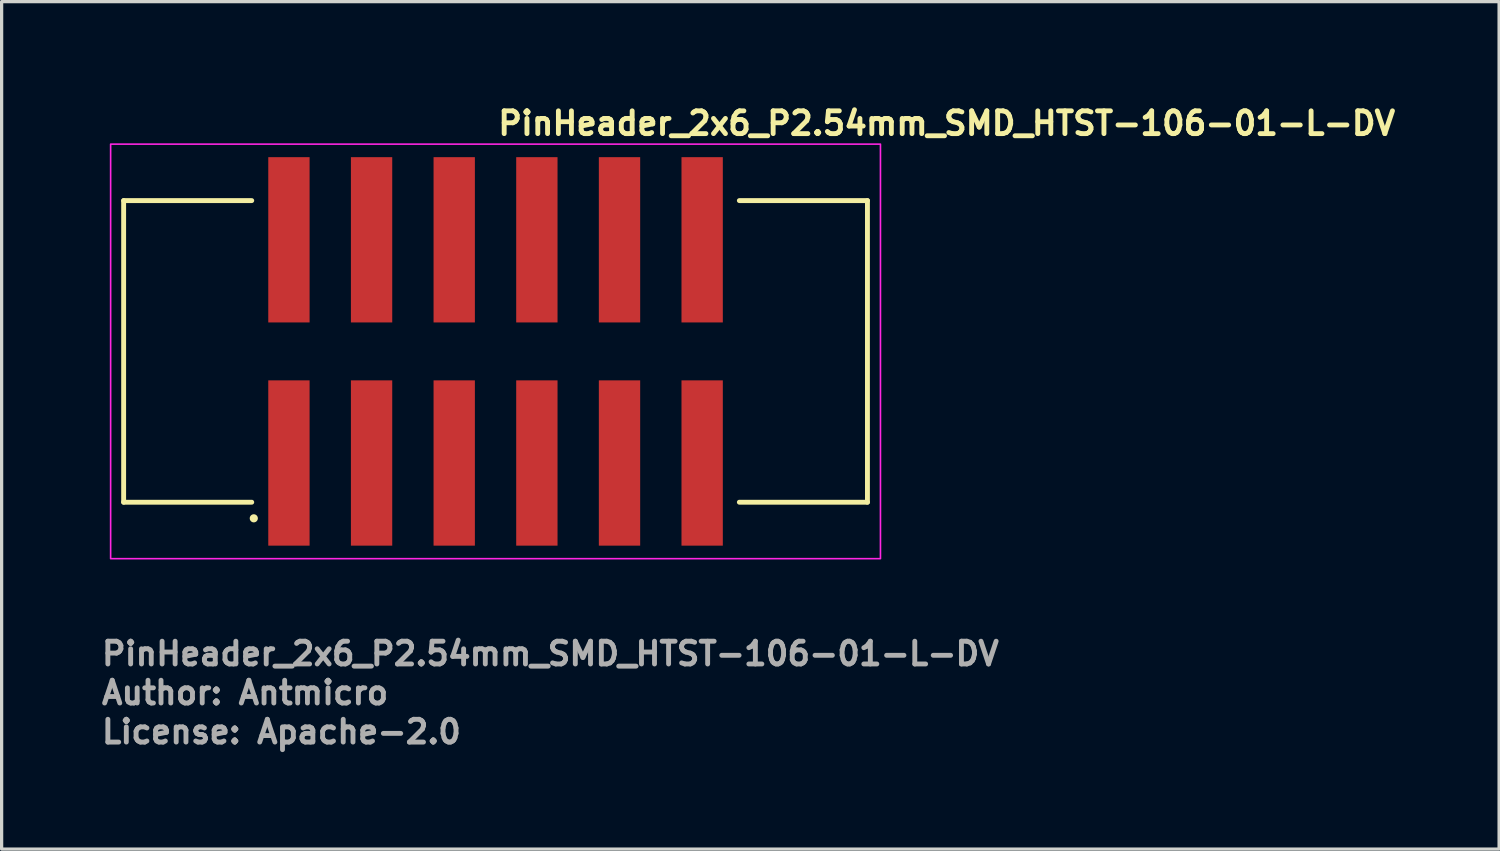
<source format=kicad_pcb>
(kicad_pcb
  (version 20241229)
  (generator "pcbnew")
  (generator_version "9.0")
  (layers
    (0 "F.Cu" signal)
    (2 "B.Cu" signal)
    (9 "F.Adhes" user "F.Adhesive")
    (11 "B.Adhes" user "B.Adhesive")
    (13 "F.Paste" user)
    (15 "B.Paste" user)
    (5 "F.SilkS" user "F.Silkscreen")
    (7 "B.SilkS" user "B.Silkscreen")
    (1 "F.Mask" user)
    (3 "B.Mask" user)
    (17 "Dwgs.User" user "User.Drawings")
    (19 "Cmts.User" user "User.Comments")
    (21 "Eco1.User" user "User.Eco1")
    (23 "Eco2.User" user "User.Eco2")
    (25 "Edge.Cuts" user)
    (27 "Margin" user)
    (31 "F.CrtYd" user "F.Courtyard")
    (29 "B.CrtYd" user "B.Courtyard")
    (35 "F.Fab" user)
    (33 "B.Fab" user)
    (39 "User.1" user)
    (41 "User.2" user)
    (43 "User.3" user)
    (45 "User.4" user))
  (footprint "PinHeader_2x6_P2.54mm_SMD_HTST-106-01-L-DV"
    (layer "F.Cu")
    (at 12.18 7.75)
    (property "Reference" "PinHeader_2x6_P2.54mm_SMD_HTST-106-01-L-DV" (at 0 -6.6 0) (unlocked yes) (layer "F.SilkS") (effects (font (size 0.7 0.7) (thickness 0.15)) (justify left bottom)))
    (attr smd)
    (fp_line (start -11.43 4.635) (end -11.43 -4.635) (stroke (width 0.15) (type solid)) (layer "F.SilkS"))
    (fp_line (start -7.493 -4.635) (end -11.43 -4.635) (stroke (width 0.15) (type solid)) (layer "F.SilkS"))
    (fp_line (start -7.493 4.635) (end -11.43 4.635) (stroke (width 0.15) (type solid)) (layer "F.SilkS"))
    (fp_line (start 11.43 -4.635) (end 7.493 -4.635) (stroke (width 0.15) (type solid)) (layer "F.SilkS"))
    (fp_line (start 11.43 4.635) (end 7.493 4.635) (stroke (width 0.15) (type solid)) (layer "F.SilkS"))
    (fp_line (start 11.43 4.635) (end 11.43 -4.635) (stroke (width 0.15) (type solid)) (layer "F.SilkS"))
    (fp_circle (center -7.43 5.13) (end -7.38 5.13) (stroke (width 0.15) (type solid)) (fill yes) (layer "F.SilkS"))
    (fp_rect (start -11.83 -6.37) (end 11.83 6.37) (stroke (width 0.05) (type solid)) (fill no) (layer "F.CrtYd"))
    (fp_rect (start -11.43 -5.588) (end 11.43 5.588) (stroke (width 0.1) (type solid)) (fill no) (layer "User.5"))
    (fp_line (start -11.43 -4.826) (end -11.43 4.445) (stroke (width 0.02) (type solid)) (layer "User.9"))
    (fp_line (start -10.605 -3.62) (end -10.605 3.62) (stroke (width 0.02) (type solid)) (layer "User.9"))
    (fp_line (start -10.605 -3.62) (end -10.16 -3.175) (stroke (width 0.02) (type solid)) (layer "User.9"))
    (fp_line (start -10.605 3.62) (end -10.16 3.175) (stroke (width 0.02) (type solid)) (layer "User.9"))
    (fp_line (start -10.605 3.62) (end -2.54 3.62) (stroke (width 0.02) (type solid)) (layer "User.9"))
    (fp_line (start -10.16 -4.826) (end -11.43 -4.826) (stroke (width 0.02) (type solid)) (layer "User.9"))
    (fp_line (start -10.16 -4.445) (end -10.16 -4.826) (stroke (width 0.02) (type solid)) (layer "User.9"))
    (fp_line (start -10.16 -3.175) (end -10.16 3.175) (stroke (width 0.02) (type solid)) (layer "User.9"))
    (fp_line (start -10.16 3.175) (end -2.54 3.175) (stroke (width 0.02) (type solid)) (layer "User.9"))
    (fp_line (start -6.985 4.191) (end -6.985 4.445) (stroke (width 0.02) (type solid)) (layer "User.9"))
    (fp_line (start -6.985 4.191) (end -6.985 4.445) (stroke (width 0.02) (type solid)) (layer "User.9"))
    (fp_line (start -6.985 4.445) (end -11.43 4.445) (stroke (width 0.02) (type solid)) (layer "User.9"))
    (fp_line (start -6.96 4.445) (end -6.985 4.445) (stroke (width 0.02) (type solid)) (layer "User.9"))
    (fp_line (start -6.96 4.445) (end -6.96 4.216) (stroke (width 0.02) (type solid)) (layer "User.9"))
    (fp_line (start -6.668 -5.588) (end -6.668 -5.429) (stroke (width 0.02) (type solid)) (layer "User.9"))
    (fp_line (start -6.668 -5.429) (end -6.668 -4.445) (stroke (width 0.02) (type solid)) (layer "User.9"))
    (fp_line (start -6.668 -1.587) (end -6.668 -1.429) (stroke (width 0.02) (type solid)) (layer "User.9"))
    (fp_line (start -6.668 -1.429) (end -6.668 -1.111) (stroke (width 0.02) (type solid)) (layer "User.9"))
    (fp_line (start -6.668 -1.111) (end -6.668 -0.952) (stroke (width 0.02) (type solid)) (layer "User.9"))
    (fp_line (start -6.668 0.952) (end -6.668 1.111) (stroke (width 0.02) (type solid)) (layer "User.9"))
    (fp_line (start -6.668 1.111) (end -6.668 1.429) (stroke (width 0.02) (type solid)) (layer "User.9"))
    (fp_line (start -6.668 1.429) (end -6.668 1.587) (stroke (width 0.02) (type solid)) (layer "User.9"))
    (fp_line (start -6.668 4.445) (end -6.668 5.429) (stroke (width 0.02) (type solid)) (layer "User.9"))
    (fp_line (start -6.668 5.429) (end -6.668 5.588) (stroke (width 0.02) (type solid)) (layer "User.9"))
    (fp_line (start -6.35 4.445) (end -6.96 4.445) (stroke (width 0.02) (type solid)) (layer "User.9"))
    (fp_line (start -6.35 4.445) (end -6.35 4.216) (stroke (width 0.02) (type solid)) (layer "User.9"))
    (fp_line (start -6.032 -5.588) (end -6.668 -5.588) (stroke (width 0.02) (type solid)) (layer "User.9"))
    (fp_line (start -6.032 -5.588) (end -6.032 -5.429) (stroke (width 0.02) (type solid)) (layer "User.9"))
    (fp_line (start -6.032 -5.429) (end -6.668 -5.429) (stroke (width 0.02) (type solid)) (layer "User.9"))
    (fp_line (start -6.032 -5.429) (end -6.032 -4.445) (stroke (width 0.02) (type solid)) (layer "User.9"))
    (fp_line (start -6.032 -1.587) (end -6.668 -1.587) (stroke (width 0.02) (type solid)) (layer "User.9"))
    (fp_line (start -6.032 -1.587) (end -6.032 -1.429) (stroke (width 0.02) (type solid)) (layer "User.9"))
    (fp_line (start -6.032 -1.429) (end -6.668 -1.429) (stroke (width 0.02) (type solid)) (layer "User.9"))
    (fp_line (start -6.032 -1.429) (end -6.032 -1.111) (stroke (width 0.02) (type solid)) (layer "User.9"))
    (fp_line (start -6.032 -1.111) (end -6.668 -1.111) (stroke (width 0.02) (type solid)) (layer "User.9"))
    (fp_line (start -6.032 -1.111) (end -6.032 -0.952) (stroke (width 0.02) (type solid)) (layer "User.9"))
    (fp_line (start -6.032 -0.952) (end -6.668 -0.952) (stroke (width 0.02) (type solid)) (layer "User.9"))
    (fp_line (start -6.032 0.952) (end -6.668 0.952) (stroke (width 0.02) (type solid)) (layer "User.9"))
    (fp_line (start -6.032 0.952) (end -6.032 1.111) (stroke (width 0.02) (type solid)) (layer "User.9"))
    (fp_line (start -6.032 1.111) (end -6.668 1.111) (stroke (width 0.02) (type solid)) (layer "User.9"))
    (fp_line (start -6.032 1.111) (end -6.032 1.429) (stroke (width 0.02) (type solid)) (layer "User.9"))
    (fp_line (start -6.032 1.429) (end -6.668 1.429) (stroke (width 0.02) (type solid)) (layer "User.9"))
    (fp_line (start -6.032 1.429) (end -6.032 1.587) (stroke (width 0.02) (type solid)) (layer "User.9"))
    (fp_line (start -6.032 1.587) (end -6.668 1.587) (stroke (width 0.02) (type solid)) (layer "User.9"))
    (fp_line (start -6.032 4.445) (end -6.032 5.429) (stroke (width 0.02) (type solid)) (layer "User.9"))
    (fp_line (start -6.032 5.429) (end -6.668 5.429) (stroke (width 0.02) (type solid)) (layer "User.9"))
    (fp_line (start -6.032 5.429) (end -6.032 5.588) (stroke (width 0.02) (type solid)) (layer "User.9"))
    (fp_line (start -6.032 5.588) (end -6.668 5.588) (stroke (width 0.02) (type solid)) (layer "User.9"))
    (fp_line (start -5.74 4.216) (end -6.96 4.216) (stroke (width 0.02) (type solid)) (layer "User.9"))
    (fp_line (start -5.74 4.445) (end -6.35 4.445) (stroke (width 0.02) (type solid)) (layer "User.9"))
    (fp_line (start -5.74 4.445) (end -5.74 4.216) (stroke (width 0.02) (type solid)) (layer "User.9"))
    (fp_line (start -5.715 4.191) (end -6.985 4.191) (stroke (width 0.02) (type solid)) (layer "User.9"))
    (fp_line (start -5.715 4.191) (end -6.985 4.191) (stroke (width 0.02) (type solid)) (layer "User.9"))
    (fp_line (start -5.715 4.191) (end -5.715 4.445) (stroke (width 0.02) (type solid)) (layer "User.9"))
    (fp_line (start -5.715 4.191) (end -5.715 4.445) (stroke (width 0.02) (type solid)) (layer "User.9"))
    (fp_line (start -5.715 4.445) (end -5.74 4.445) (stroke (width 0.02) (type solid)) (layer "User.9"))
    (fp_line (start -4.128 -5.429) (end -4.128 -5.588) (stroke (width 0.02) (type solid)) (layer "User.9"))
    (fp_line (start -4.128 -4.445) (end -4.128 -5.429) (stroke (width 0.02) (type solid)) (layer "User.9"))
    (fp_line (start -4.128 -1.429) (end -4.128 -1.587) (stroke (width 0.02) (type solid)) (layer "User.9"))
    (fp_line (start -4.128 -1.111) (end -4.128 -1.429) (stroke (width 0.02) (type solid)) (layer "User.9"))
    (fp_line (start -4.128 -0.952) (end -4.128 -1.111) (stroke (width 0.02) (type solid)) (layer "User.9"))
    (fp_line (start -4.128 1.111) (end -4.128 0.952) (stroke (width 0.02) (type solid)) (layer "User.9"))
    (fp_line (start -4.128 1.429) (end -4.128 1.111) (stroke (width 0.02) (type solid)) (layer "User.9"))
    (fp_line (start -4.128 1.587) (end -4.128 1.429) (stroke (width 0.02) (type solid)) (layer "User.9"))
    (fp_line (start -4.128 5.429) (end -4.128 4.445) (stroke (width 0.02) (type solid)) (layer "User.9"))
    (fp_line (start -4.128 5.588) (end -4.128 5.429) (stroke (width 0.02) (type solid)) (layer "User.9"))
    (fp_line (start -3.492 -5.588) (end -4.128 -5.588) (stroke (width 0.02) (type solid)) (layer "User.9"))
    (fp_line (start -3.492 -5.588) (end -3.492 -5.429) (stroke (width 0.02) (type solid)) (layer "User.9"))
    (fp_line (start -3.492 -5.429) (end -4.128 -5.429) (stroke (width 0.02) (type solid)) (layer "User.9"))
    (fp_line (start -3.492 -5.429) (end -3.492 -4.445) (stroke (width 0.02) (type solid)) (layer "User.9"))
    (fp_line (start -3.492 -1.587) (end -4.128 -1.587) (stroke (width 0.02) (type solid)) (layer "User.9"))
    (fp_line (start -3.492 -1.587) (end -3.492 -1.429) (stroke (width 0.02) (type solid)) (layer "User.9"))
    (fp_line (start -3.492 -1.429) (end -4.128 -1.429) (stroke (width 0.02) (type solid)) (layer "User.9"))
    (fp_line (start -3.492 -1.429) (end -3.492 -1.111) (stroke (width 0.02) (type solid)) (layer "User.9"))
    (fp_line (start -3.492 -1.111) (end -4.128 -1.111) (stroke (width 0.02) (type solid)) (layer "User.9"))
    (fp_line (start -3.492 -1.111) (end -3.492 -0.952) (stroke (width 0.02) (type solid)) (layer "User.9"))
    (fp_line (start -3.492 -0.952) (end -4.128 -0.952) (stroke (width 0.02) (type solid)) (layer "User.9"))
    (fp_line (start -3.492 0.952) (end -4.128 0.952) (stroke (width 0.02) (type solid)) (layer "User.9"))
    (fp_line (start -3.492 0.952) (end -3.492 1.111) (stroke (width 0.02) (type solid)) (layer "User.9"))
    (fp_line (start -3.492 1.111) (end -4.128 1.111) (stroke (width 0.02) (type solid)) (layer "User.9"))
    (fp_line (start -3.492 1.111) (end -3.492 1.429) (stroke (width 0.02) (type solid)) (layer "User.9"))
    (fp_line (start -3.492 1.429) (end -4.128 1.429) (stroke (width 0.02) (type solid)) (layer "User.9"))
    (fp_line (start -3.492 1.429) (end -3.492 1.587) (stroke (width 0.02) (type solid)) (layer "User.9"))
    (fp_line (start -3.492 1.587) (end -4.128 1.587) (stroke (width 0.02) (type solid)) (layer "User.9"))
    (fp_line (start -3.492 4.445) (end -3.492 5.429) (stroke (width 0.02) (type solid)) (layer "User.9"))
    (fp_line (start -3.492 5.429) (end -4.128 5.429) (stroke (width 0.02) (type solid)) (layer "User.9"))
    (fp_line (start -3.492 5.429) (end -3.492 5.588) (stroke (width 0.02) (type solid)) (layer "User.9"))
    (fp_line (start -3.492 5.588) (end -4.128 5.588) (stroke (width 0.02) (type solid)) (layer "User.9"))
    (fp_line (start -2.54 3.175) (end -2.54 3.62) (stroke (width 0.02) (type solid)) (layer "User.9"))
    (fp_line (start -2.54 3.175) (end 2.54 3.175) (stroke (width 0.02) (type solid)) (layer "User.9"))
    (fp_line (start -2.54 4.445) (end -5.715 4.445) (stroke (width 0.02) (type solid)) (layer "User.9"))
    (fp_line (start -2.54 4.445) (end -2.54 3.62) (stroke (width 0.02) (type solid)) (layer "User.9"))
    (fp_line (start -2.54 4.445) (end 2.54 4.445) (stroke (width 0.02) (type solid)) (layer "User.9"))
    (fp_line (start -1.587 -5.429) (end -1.587 -5.588) (stroke (width 0.02) (type solid)) (layer "User.9"))
    (fp_line (start -1.587 -4.445) (end -1.587 -5.429) (stroke (width 0.02) (type solid)) (layer "User.9"))
    (fp_line (start -1.587 -1.429) (end -1.587 -1.587) (stroke (width 0.02) (type solid)) (layer "User.9"))
    (fp_line (start -1.587 -1.111) (end -1.587 -1.429) (stroke (width 0.02) (type solid)) (layer "User.9"))
    (fp_line (start -1.587 -0.952) (end -1.587 -1.111) (stroke (width 0.02) (type solid)) (layer "User.9"))
    (fp_line (start -1.587 1.111) (end -1.587 0.952) (stroke (width 0.02) (type solid)) (layer "User.9"))
    (fp_line (start -1.587 1.429) (end -1.587 1.111) (stroke (width 0.02) (type solid)) (layer "User.9"))
    (fp_line (start -1.587 1.587) (end -1.587 1.429) (stroke (width 0.02) (type solid)) (layer "User.9"))
    (fp_line (start -1.587 5.429) (end -1.587 4.445) (stroke (width 0.02) (type solid)) (layer "User.9"))
    (fp_line (start -1.587 5.588) (end -1.587 5.429) (stroke (width 0.02) (type solid)) (layer "User.9"))
    (fp_line (start -1.27 -4.826) (end -1.27 -4.445) (stroke (width 0.02) (type solid)) (layer "User.9"))
    (fp_line (start -1.27 -4.445) (end -10.16 -4.445) (stroke (width 0.02) (type solid)) (layer "User.9"))
    (fp_line (start -0.952 -5.588) (end -1.587 -5.588) (stroke (width 0.02) (type solid)) (layer "User.9"))
    (fp_line (start -0.952 -5.588) (end -0.952 -5.429) (stroke (width 0.02) (type solid)) (layer "User.9"))
    (fp_line (start -0.952 -5.429) (end -1.587 -5.429) (stroke (width 0.02) (type solid)) (layer "User.9"))
    (fp_line (start -0.952 -5.429) (end -0.952 -4.826) (stroke (width 0.02) (type solid)) (layer "User.9"))
    (fp_line (start -0.952 -1.587) (end -1.587 -1.587) (stroke (width 0.02) (type solid)) (layer "User.9"))
    (fp_line (start -0.952 -1.587) (end -0.952 -1.429) (stroke (width 0.02) (type solid)) (layer "User.9"))
    (fp_line (start -0.952 -1.429) (end -1.587 -1.429) (stroke (width 0.02) (type solid)) (layer "User.9"))
    (fp_line (start -0.952 -1.429) (end -0.952 -1.111) (stroke (width 0.02) (type solid)) (layer "User.9"))
    (fp_line (start -0.952 -1.111) (end -1.587 -1.111) (stroke (width 0.02) (type solid)) (layer "User.9"))
    (fp_line (start -0.952 -1.111) (end -0.952 -0.952) (stroke (width 0.02) (type solid)) (layer "User.9"))
    (fp_line (start -0.952 -0.952) (end -1.587 -0.952) (stroke (width 0.02) (type solid)) (layer "User.9"))
    (fp_line (start -0.952 0.952) (end -1.587 0.952) (stroke (width 0.02) (type solid)) (layer "User.9"))
    (fp_line (start -0.952 0.952) (end -0.952 1.111) (stroke (width 0.02) (type solid)) (layer "User.9"))
    (fp_line (start -0.952 1.111) (end -1.587 1.111) (stroke (width 0.02) (type solid)) (layer "User.9"))
    (fp_line (start -0.952 1.111) (end -0.952 1.429) (stroke (width 0.02) (type solid)) (layer "User.9"))
    (fp_line (start -0.952 1.429) (end -1.587 1.429) (stroke (width 0.02) (type solid)) (layer "User.9"))
    (fp_line (start -0.952 1.429) (end -0.952 1.587) (stroke (width 0.02) (type solid)) (layer "User.9"))
    (fp_line (start -0.952 1.587) (end -1.587 1.587) (stroke (width 0.02) (type solid)) (layer "User.9"))
    (fp_line (start -0.952 4.445) (end -0.952 5.429) (stroke (width 0.02) (type solid)) (layer "User.9"))
    (fp_line (start -0.952 5.429) (end -1.587 5.429) (stroke (width 0.02) (type solid)) (layer "User.9"))
    (fp_line (start -0.952 5.429) (end -0.952 5.588) (stroke (width 0.02) (type solid)) (layer "User.9"))
    (fp_line (start -0.952 5.588) (end -1.587 5.588) (stroke (width 0.02) (type solid)) (layer "User.9"))
    (fp_line (start 0.952 -5.429) (end 0.952 -5.588) (stroke (width 0.02) (type solid)) (layer "User.9"))
    (fp_line (start 0.952 -4.826) (end 0.952 -5.429) (stroke (width 0.02) (type solid)) (layer "User.9"))
    (fp_line (start 0.952 -1.429) (end 0.952 -1.587) (stroke (width 0.02) (type solid)) (layer "User.9"))
    (fp_line (start 0.952 -1.111) (end 0.952 -1.429) (stroke (width 0.02) (type solid)) (layer "User.9"))
    (fp_line (start 0.952 -0.952) (end 0.952 -1.111) (stroke (width 0.02) (type solid)) (layer "User.9"))
    (fp_line (start 0.952 1.111) (end 0.952 0.952) (stroke (width 0.02) (type solid)) (layer "User.9"))
    (fp_line (start 0.952 1.429) (end 0.952 1.111) (stroke (width 0.02) (type solid)) (layer "User.9"))
    (fp_line (start 0.952 1.587) (end 0.952 1.429) (stroke (width 0.02) (type solid)) (layer "User.9"))
    (fp_line (start 0.952 5.429) (end 0.952 4.445) (stroke (width 0.02) (type solid)) (layer "User.9"))
    (fp_line (start 0.952 5.588) (end 0.952 5.429) (stroke (width 0.02) (type solid)) (layer "User.9"))
    (fp_line (start 1.27 -4.826) (end -1.27 -4.826) (stroke (width 0.02) (type solid)) (layer "User.9"))
    (fp_line (start 1.27 -4.445) (end 1.27 -4.826) (stroke (width 0.02) (type solid)) (layer "User.9"))
    (fp_line (start 1.587 -5.588) (end 0.952 -5.588) (stroke (width 0.02) (type solid)) (layer "User.9"))
    (fp_line (start 1.587 -5.588) (end 1.587 -5.429) (stroke (width 0.02) (type solid)) (layer "User.9"))
    (fp_line (start 1.587 -5.429) (end 0.952 -5.429) (stroke (width 0.02) (type solid)) (layer "User.9"))
    (fp_line (start 1.587 -5.429) (end 1.587 -4.445) (stroke (width 0.02) (type solid)) (layer "User.9"))
    (fp_line (start 1.587 -1.587) (end 0.952 -1.587) (stroke (width 0.02) (type solid)) (layer "User.9"))
    (fp_line (start 1.587 -1.587) (end 1.587 -1.429) (stroke (width 0.02) (type solid)) (layer "User.9"))
    (fp_line (start 1.587 -1.429) (end 0.952 -1.429) (stroke (width 0.02) (type solid)) (layer "User.9"))
    (fp_line (start 1.587 -1.429) (end 1.587 -1.111) (stroke (width 0.02) (type solid)) (layer "User.9"))
    (fp_line (start 1.587 -1.111) (end 0.952 -1.111) (stroke (width 0.02) (type solid)) (layer "User.9"))
    (fp_line (start 1.587 -1.111) (end 1.587 -0.952) (stroke (width 0.02) (type solid)) (layer "User.9"))
    (fp_line (start 1.587 -0.952) (end 0.952 -0.952) (stroke (width 0.02) (type solid)) (layer "User.9"))
    (fp_line (start 1.587 0.952) (end 0.952 0.952) (stroke (width 0.02) (type solid)) (layer "User.9"))
    (fp_line (start 1.587 0.952) (end 1.587 1.111) (stroke (width 0.02) (type solid)) (layer "User.9"))
    (fp_line (start 1.587 1.111) (end 0.952 1.111) (stroke (width 0.02) (type solid)) (layer "User.9"))
    (fp_line (start 1.587 1.111) (end 1.587 1.429) (stroke (width 0.02) (type solid)) (layer "User.9"))
    (fp_line (start 1.587 1.429) (end 0.952 1.429) (stroke (width 0.02) (type solid)) (layer "User.9"))
    (fp_line (start 1.587 1.429) (end 1.587 1.587) (stroke (width 0.02) (type solid)) (layer "User.9"))
    (fp_line (start 1.587 1.587) (end 0.952 1.587) (stroke (width 0.02) (type solid)) (layer "User.9"))
    (fp_line (start 1.587 4.445) (end 1.587 5.429) (stroke (width 0.02) (type solid)) (layer "User.9"))
    (fp_line (start 1.587 5.429) (end 0.952 5.429) (stroke (width 0.02) (type solid)) (layer "User.9"))
    (fp_line (start 1.587 5.429) (end 1.587 5.588) (stroke (width 0.02) (type solid)) (layer "User.9"))
    (fp_line (start 1.587 5.588) (end 0.952 5.588) (stroke (width 0.02) (type solid)) (layer "User.9"))
    (fp_line (start 2.54 3.175) (end 10.16 3.175) (stroke (width 0.02) (type solid)) (layer "User.9"))
    (fp_line (start 2.54 3.62) (end 2.54 3.175) (stroke (width 0.02) (type solid)) (layer "User.9"))
    (fp_line (start 2.54 3.62) (end 2.54 4.445) (stroke (width 0.02) (type solid)) (layer "User.9"))
    (fp_line (start 2.54 3.62) (end 10.605 3.62) (stroke (width 0.02) (type solid)) (layer "User.9"))
    (fp_line (start 3.492 -5.429) (end 3.492 -5.588) (stroke (width 0.02) (type solid)) (layer "User.9"))
    (fp_line (start 3.492 -4.445) (end 3.492 -5.429) (stroke (width 0.02) (type solid)) (layer "User.9"))
    (fp_line (start 3.492 -1.429) (end 3.492 -1.587) (stroke (width 0.02) (type solid)) (layer "User.9"))
    (fp_line (start 3.492 -1.111) (end 3.492 -1.429) (stroke (width 0.02) (type solid)) (layer "User.9"))
    (fp_line (start 3.492 -0.952) (end 3.492 -1.111) (stroke (width 0.02) (type solid)) (layer "User.9"))
    (fp_line (start 3.492 1.111) (end 3.492 0.952) (stroke (width 0.02) (type solid)) (layer "User.9"))
    (fp_line (start 3.492 1.429) (end 3.492 1.111) (stroke (width 0.02) (type solid)) (layer "User.9"))
    (fp_line (start 3.492 1.587) (end 3.492 1.429) (stroke (width 0.02) (type solid)) (layer "User.9"))
    (fp_line (start 3.492 5.429) (end 3.492 4.445) (stroke (width 0.02) (type solid)) (layer "User.9"))
    (fp_line (start 3.492 5.588) (end 3.492 5.429) (stroke (width 0.02) (type solid)) (layer "User.9"))
    (fp_line (start 4.128 -5.588) (end 3.492 -5.588) (stroke (width 0.02) (type solid)) (layer "User.9"))
    (fp_line (start 4.128 -5.588) (end 4.128 -5.429) (stroke (width 0.02) (type solid)) (layer "User.9"))
    (fp_line (start 4.128 -5.429) (end 3.492 -5.429) (stroke (width 0.02) (type solid)) (layer "User.9"))
    (fp_line (start 4.128 -5.429) (end 4.128 -4.445) (stroke (width 0.02) (type solid)) (layer "User.9"))
    (fp_line (start 4.128 -1.587) (end 3.492 -1.587) (stroke (width 0.02) (type solid)) (layer "User.9"))
    (fp_line (start 4.128 -1.587) (end 4.128 -1.429) (stroke (width 0.02) (type solid)) (layer "User.9"))
    (fp_line (start 4.128 -1.429) (end 3.492 -1.429) (stroke (width 0.02) (type solid)) (layer "User.9"))
    (fp_line (start 4.128 -1.429) (end 4.128 -1.111) (stroke (width 0.02) (type solid)) (layer "User.9"))
    (fp_line (start 4.128 -1.111) (end 3.492 -1.111) (stroke (width 0.02) (type solid)) (layer "User.9"))
    (fp_line (start 4.128 -1.111) (end 4.128 -0.952) (stroke (width 0.02) (type solid)) (layer "User.9"))
    (fp_line (start 4.128 -0.952) (end 3.492 -0.952) (stroke (width 0.02) (type solid)) (layer "User.9"))
    (fp_line (start 4.128 0.952) (end 3.492 0.952) (stroke (width 0.02) (type solid)) (layer "User.9"))
    (fp_line (start 4.128 0.952) (end 4.128 1.111) (stroke (width 0.02) (type solid)) (layer "User.9"))
    (fp_line (start 4.128 1.111) (end 3.492 1.111) (stroke (width 0.02) (type solid)) (layer "User.9"))
    (fp_line (start 4.128 1.111) (end 4.128 1.429) (stroke (width 0.02) (type solid)) (layer "User.9"))
    (fp_line (start 4.128 1.429) (end 3.492 1.429) (stroke (width 0.02) (type solid)) (layer "User.9"))
    (fp_line (start 4.128 1.429) (end 4.128 1.587) (stroke (width 0.02) (type solid)) (layer "User.9"))
    (fp_line (start 4.128 1.587) (end 3.492 1.587) (stroke (width 0.02) (type solid)) (layer "User.9"))
    (fp_line (start 4.128 4.445) (end 4.128 5.429) (stroke (width 0.02) (type solid)) (layer "User.9"))
    (fp_line (start 4.128 5.429) (end 3.492 5.429) (stroke (width 0.02) (type solid)) (layer "User.9"))
    (fp_line (start 4.128 5.429) (end 4.128 5.588) (stroke (width 0.02) (type solid)) (layer "User.9"))
    (fp_line (start 4.128 5.588) (end 3.492 5.588) (stroke (width 0.02) (type solid)) (layer "User.9"))
    (fp_line (start 6.032 -5.429) (end 6.032 -5.588) (stroke (width 0.02) (type solid)) (layer "User.9"))
    (fp_line (start 6.032 -4.445) (end 6.032 -5.429) (stroke (width 0.02) (type solid)) (layer "User.9"))
    (fp_line (start 6.032 -1.429) (end 6.032 -1.587) (stroke (width 0.02) (type solid)) (layer "User.9"))
    (fp_line (start 6.032 -1.111) (end 6.032 -1.429) (stroke (width 0.02) (type solid)) (layer "User.9"))
    (fp_line (start 6.032 -0.952) (end 6.032 -1.111) (stroke (width 0.02) (type solid)) (layer "User.9"))
    (fp_line (start 6.032 1.111) (end 6.032 0.952) (stroke (width 0.02) (type solid)) (layer "User.9"))
    (fp_line (start 6.032 1.429) (end 6.032 1.111) (stroke (width 0.02) (type solid)) (layer "User.9"))
    (fp_line (start 6.032 1.587) (end 6.032 1.429) (stroke (width 0.02) (type solid)) (layer "User.9"))
    (fp_line (start 6.032 5.429) (end 6.032 4.445) (stroke (width 0.02) (type solid)) (layer "User.9"))
    (fp_line (start 6.032 5.588) (end 6.032 5.429) (stroke (width 0.02) (type solid)) (layer "User.9"))
    (fp_line (start 6.668 -5.588) (end 6.032 -5.588) (stroke (width 0.02) (type solid)) (layer "User.9"))
    (fp_line (start 6.668 -5.588) (end 6.668 -5.429) (stroke (width 0.02) (type solid)) (layer "User.9"))
    (fp_line (start 6.668 -5.429) (end 6.032 -5.429) (stroke (width 0.02) (type solid)) (layer "User.9"))
    (fp_line (start 6.668 -5.429) (end 6.668 -4.445) (stroke (width 0.02) (type solid)) (layer "User.9"))
    (fp_line (start 6.668 -1.587) (end 6.032 -1.587) (stroke (width 0.02) (type solid)) (layer "User.9"))
    (fp_line (start 6.668 -1.587) (end 6.668 -1.429) (stroke (width 0.02) (type solid)) (layer "User.9"))
    (fp_line (start 6.668 -1.429) (end 6.032 -1.429) (stroke (width 0.02) (type solid)) (layer "User.9"))
    (fp_line (start 6.668 -1.429) (end 6.668 -1.111) (stroke (width 0.02) (type solid)) (layer "User.9"))
    (fp_line (start 6.668 -1.111) (end 6.032 -1.111) (stroke (width 0.02) (type solid)) (layer "User.9"))
    (fp_line (start 6.668 -1.111) (end 6.668 -0.952) (stroke (width 0.02) (type solid)) (layer "User.9"))
    (fp_line (start 6.668 -0.952) (end 6.032 -0.952) (stroke (width 0.02) (type solid)) (layer "User.9"))
    (fp_line (start 6.668 0.952) (end 6.032 0.952) (stroke (width 0.02) (type solid)) (layer "User.9"))
    (fp_line (start 6.668 0.952) (end 6.668 1.111) (stroke (width 0.02) (type solid)) (layer "User.9"))
    (fp_line (start 6.668 1.111) (end 6.032 1.111) (stroke (width 0.02) (type solid)) (layer "User.9"))
    (fp_line (start 6.668 1.111) (end 6.668 1.429) (stroke (width 0.02) (type solid)) (layer "User.9"))
    (fp_line (start 6.668 1.429) (end 6.032 1.429) (stroke (width 0.02) (type solid)) (layer "User.9"))
    (fp_line (start 6.668 1.429) (end 6.668 1.587) (stroke (width 0.02) (type solid)) (layer "User.9"))
    (fp_line (start 6.668 1.587) (end 6.032 1.587) (stroke (width 0.02) (type solid)) (layer "User.9"))
    (fp_line (start 6.668 4.445) (end 6.668 5.429) (stroke (width 0.02) (type solid)) (layer "User.9"))
    (fp_line (start 6.668 5.429) (end 6.032 5.429) (stroke (width 0.02) (type solid)) (layer "User.9"))
    (fp_line (start 6.668 5.429) (end 6.668 5.588) (stroke (width 0.02) (type solid)) (layer "User.9"))
    (fp_line (start 6.668 5.588) (end 6.032 5.588) (stroke (width 0.02) (type solid)) (layer "User.9"))
    (fp_line (start 10.16 -4.826) (end 10.16 -4.445) (stroke (width 0.02) (type solid)) (layer "User.9"))
    (fp_line (start 10.16 -4.445) (end 1.27 -4.445) (stroke (width 0.02) (type solid)) (layer "User.9"))
    (fp_line (start 10.16 -3.175) (end -10.16 -3.175) (stroke (width 0.02) (type solid)) (layer "User.9"))
    (fp_line (start 10.16 3.175) (end 10.16 -3.175) (stroke (width 0.02) (type solid)) (layer "User.9"))
    (fp_line (start 10.605 -3.62) (end -10.605 -3.62) (stroke (width 0.02) (type solid)) (layer "User.9"))
    (fp_line (start 10.605 -3.62) (end 10.16 -3.175) (stroke (width 0.02) (type solid)) (layer "User.9"))
    (fp_line (start 10.605 3.62) (end 10.16 3.175) (stroke (width 0.02) (type solid)) (layer "User.9"))
    (fp_line (start 10.605 3.62) (end 10.605 -3.62) (stroke (width 0.02) (type solid)) (layer "User.9"))
    (fp_line (start 11.43 -4.826) (end 10.16 -4.826) (stroke (width 0.02) (type solid)) (layer "User.9"))
    (fp_line (start 11.43 -4.826) (end 11.43 4.445) (stroke (width 0.02) (type solid)) (layer "User.9"))
    (fp_line (start 11.43 4.445) (end 2.54 4.445) (stroke (width 0.02) (type solid)) (layer "User.9"))
    (fp_text user "Author: Antmicro" (at -12.18 10.9 0) (layer "F.Fab") (effects (font (size 0.7 0.7) (thickness 0.15)) (justify left bottom)))
    (fp_text user "License: Apache-2.0" (at -12.18 12.1 0) (layer "F.Fab") (effects (font (size 0.7 0.7) (thickness 0.15)) (justify left bottom)))
    (fp_text user "${REFERENCE}" (at -12.18 9.7 0) (layer "F.Fab") (effects (font (size 0.7 0.7) (thickness 0.15)) (justify left bottom)))
    (pad "1" smd rect (at -6.35 3.43) (size 1.27 5.08) (layers "F.Cu" "F.Mask" "F.Paste"))
    (pad "2" smd rect (at -6.35 -3.43) (size 1.27 5.08) (layers "F.Cu" "F.Mask" "F.Paste"))
    (pad "3" smd rect (at -3.81 3.43) (size 1.27 5.08) (layers "F.Cu" "F.Mask" "F.Paste"))
    (pad "4" smd rect (at -3.81 -3.43) (size 1.27 5.08) (layers "F.Cu" "F.Mask" "F.Paste"))
    (pad "5" smd rect (at -1.27 3.43) (size 1.27 5.08) (layers "F.Cu" "F.Mask" "F.Paste"))
    (pad "6" smd rect (at -1.27 -3.43) (size 1.27 5.08) (layers "F.Cu" "F.Mask" "F.Paste"))
    (pad "7" smd rect (at 1.27 3.43) (size 1.27 5.08) (layers "F.Cu" "F.Mask" "F.Paste"))
    (pad "8" smd rect (at 1.27 -3.43) (size 1.27 5.08) (layers "F.Cu" "F.Mask" "F.Paste"))
    (pad "9" smd rect (at 3.81 3.43) (size 1.27 5.08) (layers "F.Cu" "F.Mask" "F.Paste"))
    (pad "10" smd rect (at 3.81 -3.43) (size 1.27 5.08) (layers "F.Cu" "F.Mask" "F.Paste"))
    (pad "11" smd rect (at 6.35 3.43) (size 1.27 5.08) (layers "F.Cu" "F.Mask" "F.Paste"))
    (pad "12" smd rect (at 6.35 -3.43) (size 1.27 5.08) (layers "F.Cu" "F.Mask" "F.Paste")))
  (gr_rect
    (start -3 -3)
    (end 43.023 23.046)
    (stroke (width 0.1) (type default))
    (fill no)
    (layer "Edge.Cuts")))
</source>
